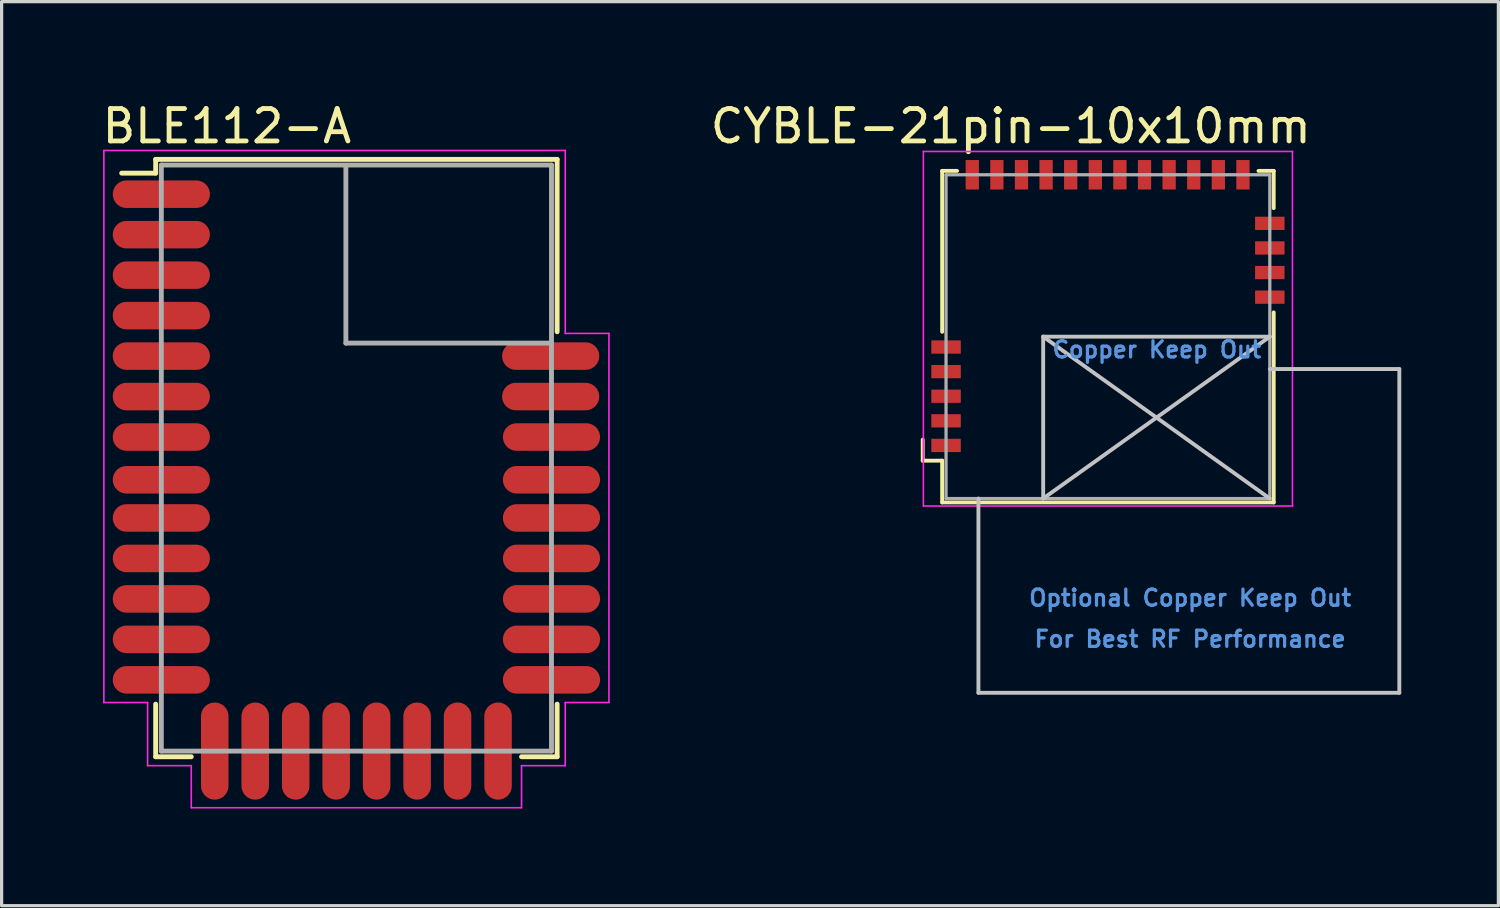
<source format=kicad_pcb>
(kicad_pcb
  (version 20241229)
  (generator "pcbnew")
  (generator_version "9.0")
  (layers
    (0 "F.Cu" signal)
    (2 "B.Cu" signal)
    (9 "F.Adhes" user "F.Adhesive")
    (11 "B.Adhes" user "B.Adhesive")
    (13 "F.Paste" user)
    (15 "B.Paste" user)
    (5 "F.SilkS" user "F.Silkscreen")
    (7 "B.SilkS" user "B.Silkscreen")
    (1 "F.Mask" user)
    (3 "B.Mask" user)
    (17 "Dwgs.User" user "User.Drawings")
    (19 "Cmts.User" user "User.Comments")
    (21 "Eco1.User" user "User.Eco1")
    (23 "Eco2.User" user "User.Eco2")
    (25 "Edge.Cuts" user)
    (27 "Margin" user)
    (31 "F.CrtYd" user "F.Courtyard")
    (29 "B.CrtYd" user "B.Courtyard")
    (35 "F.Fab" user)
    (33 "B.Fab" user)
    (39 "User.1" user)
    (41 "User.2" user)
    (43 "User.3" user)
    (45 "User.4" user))
  (footprint "BLE112-A"
    (layer "F.Cu")
    (at 7.958 11.548)
    (property "Reference" "BLE112-A" (at -4 -10.7 0) (layer "F.SilkS") (effects (font (size 1 1) (thickness 0.15))))
    (attr smd)
    (fp_line (start -6.2 -9.675) (end -6.2 -9.25) (stroke (width 0.15) (type solid)) (layer "F.SilkS"))
    (fp_line (start -6.2 -9.25) (end -7.25 -9.25) (stroke (width 0.15) (type solid)) (layer "F.SilkS"))
    (fp_line (start -6.2 8.775) (end -6.2 7.15) (stroke (width 0.15) (type solid)) (layer "F.SilkS"))
    (fp_line (start -5.1 8.775) (end -6.2 8.775) (stroke (width 0.15) (type solid)) (layer "F.SilkS"))
    (fp_line (start 5.1 8.775) (end 6.2 8.775) (stroke (width 0.15) (type solid)) (layer "F.SilkS"))
    (fp_line (start 6.2 -9.675) (end -6.2 -9.675) (stroke (width 0.15) (type solid)) (layer "F.SilkS"))
    (fp_line (start 6.2 -4.35) (end 6.2 -9.675) (stroke (width 0.15) (type solid)) (layer "F.SilkS"))
    (fp_line (start 6.2 8.775) (end 6.2 7.15) (stroke (width 0.15) (type solid)) (layer "F.SilkS"))
    (fp_line (start -7.8 -9.95) (end -7.8 7.1) (stroke (width 0.05) (type solid)) (layer "F.CrtYd"))
    (fp_line (start -7.8 7.1) (end -6.45 7.1) (stroke (width 0.05) (type solid)) (layer "F.CrtYd"))
    (fp_line (start -6.45 7.1) (end -6.45 9.05) (stroke (width 0.05) (type solid)) (layer "F.CrtYd"))
    (fp_line (start -6.45 9.05) (end -5.1 9.05) (stroke (width 0.05) (type solid)) (layer "F.CrtYd"))
    (fp_line (start -5.1 9.05) (end -5.1 10.35) (stroke (width 0.05) (type solid)) (layer "F.CrtYd"))
    (fp_line (start -5.1 10.35) (end 5.1 10.35) (stroke (width 0.05) (type solid)) (layer "F.CrtYd"))
    (fp_line (start 5.1 9.05) (end 6.45 9.05) (stroke (width 0.05) (type solid)) (layer "F.CrtYd"))
    (fp_line (start 5.1 10.35) (end 5.1 9.05) (stroke (width 0.05) (type solid)) (layer "F.CrtYd"))
    (fp_line (start 6.45 -9.95) (end -7.8 -9.95) (stroke (width 0.05) (type solid)) (layer "F.CrtYd"))
    (fp_line (start 6.45 -4.3) (end 6.45 -9.95) (stroke (width 0.05) (type solid)) (layer "F.CrtYd"))
    (fp_line (start 6.45 7.1) (end 7.8 7.1) (stroke (width 0.05) (type solid)) (layer "F.CrtYd"))
    (fp_line (start 6.45 9.05) (end 6.45 7.1) (stroke (width 0.05) (type solid)) (layer "F.CrtYd"))
    (fp_line (start 7.8 -4.3) (end 6.45 -4.3) (stroke (width 0.05) (type solid)) (layer "F.CrtYd"))
    (fp_line (start 7.8 7.1) (end 7.8 -4.3) (stroke (width 0.05) (type solid)) (layer "F.CrtYd"))
    (fp_line (start -6.025 -9.5) (end -6.025 8.6) (stroke (width 0.15) (type solid)) (layer "F.Fab"))
    (fp_line (start -6.025 8.6) (end 6.025 8.6) (stroke (width 0.15) (type solid)) (layer "F.Fab"))
    (fp_line (start -0.325 -4) (end -0.325 -9.45) (stroke (width 0.15) (type solid)) (layer "F.Fab"))
    (fp_line (start 6 -4) (end -0.325 -4) (stroke (width 0.15) (type solid)) (layer "F.Fab"))
    (fp_line (start 6.025 -9.5) (end -6.025 -9.5) (stroke (width 0.15) (type solid)) (layer "F.Fab"))
    (fp_line (start 6.025 8.6) (end 6.025 -9.5) (stroke (width 0.15) (type solid)) (layer "F.Fab"))
    (pad "1" smd oval (at -6.025 -8.6) (size 3 0.85) (layers "F.Cu" "F.Mask" "F.Paste"))
    (pad "2" smd oval (at -6.025 -7.35) (size 3 0.85) (layers "F.Cu" "F.Mask" "F.Paste"))
    (pad "3" smd oval (at -6.025 -6.1) (size 3 0.85) (layers "F.Cu" "F.Mask" "F.Paste"))
    (pad "4" smd oval (at -6.025 -4.85) (size 3 0.85) (layers "F.Cu" "F.Mask" "F.Paste"))
    (pad "5" smd oval (at -6.025 -3.6) (size 3 0.85) (layers "F.Cu" "F.Mask" "F.Paste"))
    (pad "6" smd oval (at -6.025 -2.35) (size 3 0.85) (layers "F.Cu" "F.Mask" "F.Paste"))
    (pad "7" smd oval (at -6.025 -1.1) (size 3 0.85) (layers "F.Cu" "F.Mask" "F.Paste"))
    (pad "8" smd oval (at -6.025 0.22) (size 3 0.85) (layers "F.Cu" "F.Mask" "F.Paste"))
    (pad "9" smd oval (at -6.025 1.4) (size 3 0.85) (layers "F.Cu" "F.Mask" "F.Paste"))
    (pad "10" smd oval (at -6.025 2.65) (size 3 0.85) (layers "F.Cu" "F.Mask" "F.Paste"))
    (pad "11" smd oval (at -6.025 3.9) (size 3 0.85) (layers "F.Cu" "F.Mask" "F.Paste"))
    (pad "12" smd oval (at -6.025 5.15) (size 3 0.85) (layers "F.Cu" "F.Mask" "F.Paste"))
    (pad "13" smd oval (at -6.025 6.4) (size 3 0.85) (layers "F.Cu" "F.Mask" "F.Paste"))
    (pad "14" smd oval (at -4.375 8.6 90) (size 3 0.85) (layers "F.Cu" "F.Mask" "F.Paste"))
    (pad "15" smd oval (at -3.125 8.6 90) (size 3 0.85) (layers "F.Cu" "F.Mask" "F.Paste"))
    (pad "16" smd oval (at -1.875 8.6 90) (size 3 0.85) (layers "F.Cu" "F.Mask" "F.Paste"))
    (pad "17" smd oval (at -0.625 8.6 90) (size 3 0.85) (layers "F.Cu" "F.Mask" "F.Paste"))
    (pad "18" smd oval (at 0.625 8.6 90) (size 3 0.85) (layers "F.Cu" "F.Mask" "F.Paste"))
    (pad "19" smd oval (at 1.875 8.6 90) (size 3 0.85) (layers "F.Cu" "F.Mask" "F.Paste"))
    (pad "20" smd oval (at 3.125 8.6 90) (size 3 0.85) (layers "F.Cu" "F.Mask" "F.Paste"))
    (pad "21" smd oval (at 4.375 8.6 90) (size 3 0.85) (layers "F.Cu" "F.Mask" "F.Paste"))
    (pad "22" smd oval (at 6.025 6.4) (size 3 0.85) (layers "F.Cu" "F.Mask" "F.Paste"))
    (pad "23" smd oval (at 6.025 5.15) (size 3 0.85) (layers "F.Cu" "F.Mask" "F.Paste"))
    (pad "24" smd oval (at 6.025 3.9) (size 3 0.85) (layers "F.Cu" "F.Mask" "F.Paste"))
    (pad "25" smd oval (at 6.025 2.65) (size 3 0.85) (layers "F.Cu" "F.Mask" "F.Paste"))
    (pad "26" smd oval (at 6.025 1.4) (size 3 0.85) (layers "F.Cu" "F.Mask" "F.Paste"))
    (pad "27" smd oval (at 6.025 0.22) (size 3 0.85) (layers "F.Cu" "F.Mask" "F.Paste"))
    (pad "28" smd oval (at 6.025 -1.1) (size 3 0.85) (layers "F.Cu" "F.Mask" "F.Paste"))
    (pad "29" smd oval (at 6 -2.35) (size 3 0.85) (layers "F.Cu" "F.Mask" "F.Paste"))
    (pad "30" smd oval (at 6 -3.6) (size 3 0.85) (layers "F.Cu" "F.Mask" "F.Paste")))
  (footprint "CYBLE-21pin-10x10mm"
    (layer "F.Cu")
    (at 31.17 6.528)
    (property "Reference" "CYBLE-21pin-10x10mm" (at -3 -5.68 0) (layer "F.SilkS") (effects (font (size 1 1) (thickness 0.15))))
    (attr smd)
    (fp_line (start -5.72 4.65) (end -5.72 4) (stroke (width 0.12) (type solid)) (layer "F.SilkS"))
    (fp_line (start -5.12 -4.3) (end -5.12 0.67) (stroke (width 0.12) (type solid)) (layer "F.SilkS"))
    (fp_line (start -5.12 4.65) (end -5.72 4.65) (stroke (width 0.12) (type solid)) (layer "F.SilkS"))
    (fp_line (start -5.12 4.65) (end -5.12 5.94) (stroke (width 0.12) (type solid)) (layer "F.SilkS"))
    (fp_line (start -5.12 5.94) (end 5.12 5.94) (stroke (width 0.12) (type solid)) (layer "F.SilkS"))
    (fp_line (start -4.66 -4.3) (end -5.12 -4.3) (stroke (width 0.12) (type solid)) (layer "F.SilkS"))
    (fp_line (start 5.12 -4.3) (end 4.65 -4.3) (stroke (width 0.12) (type solid)) (layer "F.SilkS"))
    (fp_line (start 5.12 -4.3) (end 5.12 -3.15) (stroke (width 0.12) (type solid)) (layer "F.SilkS"))
    (fp_line (start 5.12 5.94) (end 5.12 0.07) (stroke (width 0.12) (type solid)) (layer "F.SilkS"))
    (fp_line (start -4 11.82) (end -4 5.82) (stroke (width 0.12) (type solid)) (layer "Dwgs.User"))
    (fp_line (start -2 0.82) (end -2 5.82) (stroke (width 0.12) (type solid)) (layer "Dwgs.User"))
    (fp_line (start -2 0.82) (end 5 5.82) (stroke (width 0.12) (type solid)) (layer "Dwgs.User"))
    (fp_line (start 5 0.82) (end -2 0.82) (stroke (width 0.12) (type solid)) (layer "Dwgs.User"))
    (fp_line (start 5 0.82) (end -2 5.82) (stroke (width 0.12) (type solid)) (layer "Dwgs.User"))
    (fp_line (start 5 1.82) (end 9 1.82) (stroke (width 0.12) (type solid)) (layer "Dwgs.User"))
    (fp_line (start 9 1.82) (end 9 11.82) (stroke (width 0.12) (type solid)) (layer "Dwgs.User"))
    (fp_line (start 9 11.82) (end -4 11.82) (stroke (width 0.12) (type solid)) (layer "Dwgs.User"))
    (fp_line (start -5.7 -4.9) (end -5.7 6.05) (stroke (width 0.05) (type solid)) (layer "F.CrtYd"))
    (fp_line (start -5.7 6.05) (end 5.7 6.05) (stroke (width 0.05) (type solid)) (layer "F.CrtYd"))
    (fp_line (start 5.7 -4.9) (end -5.7 -4.9) (stroke (width 0.05) (type solid)) (layer "F.CrtYd"))
    (fp_line (start 5.7 6.05) (end 5.7 -4.9) (stroke (width 0.05) (type solid)) (layer "F.CrtYd"))
    (fp_line (start -5 -4.18) (end 5 -4.18) (stroke (width 0.1) (type solid)) (layer "F.Fab"))
    (fp_line (start -5 5.82) (end -5 -4.18) (stroke (width 0.1) (type solid)) (layer "F.Fab"))
    (fp_line (start 5 -4.18) (end 5 5.82) (stroke (width 0.1) (type solid)) (layer "F.Fab"))
    (fp_line (start 5 5.82) (end -5 5.82) (stroke (width 0.1) (type solid)) (layer "F.Fab"))
    (fp_text user "Copper Keep Out" (at 1.51 1.22 0) (layer "Cmts.User") (effects (font (size 0.5 0.5) (thickness 0.1))))
    (fp_text user "For Best RF Performance" (at 2.54 10.16 0) (layer "Cmts.User") (effects (font (size 0.5 0.5) (thickness 0.1))))
    (fp_text user "Optional Copper Keep Out" (at 2.54 8.89 0) (layer "Cmts.User") (effects (font (size 0.5 0.5) (thickness 0.1))))
    (pad "1" smd rect (at -5 4.18) (size 0.91 0.41) (layers "F.Cu" "F.Mask" "F.Paste"))
    (pad "2" smd rect (at -5 3.42) (size 0.91 0.41) (layers "F.Cu" "F.Mask" "F.Paste"))
    (pad "3" smd rect (at -5 2.66) (size 0.91 0.41) (layers "F.Cu" "F.Mask" "F.Paste"))
    (pad "4" smd rect (at -5 1.9) (size 0.91 0.41) (layers "F.Cu" "F.Mask" "F.Paste"))
    (pad "5" smd rect (at -5 1.14) (size 0.91 0.41) (layers "F.Cu" "F.Mask" "F.Paste"))
    (pad "6" smd rect (at -4.19 -4.18) (size 0.41 0.91) (layers "F.Cu" "F.Mask" "F.Paste"))
    (pad "7" smd rect (at -3.43 -4.18) (size 0.41 0.91) (layers "F.Cu" "F.Mask" "F.Paste"))
    (pad "8" smd rect (at -2.67 -4.18) (size 0.41 0.91) (layers "F.Cu" "F.Mask" "F.Paste"))
    (pad "9" smd rect (at -1.91 -4.18) (size 0.41 0.91) (layers "F.Cu" "F.Mask" "F.Paste"))
    (pad "10" smd rect (at -1.15 -4.18) (size 0.41 0.91) (layers "F.Cu" "F.Mask" "F.Paste"))
    (pad "11" smd rect (at -0.39 -4.18) (size 0.41 0.91) (layers "F.Cu" "F.Mask" "F.Paste"))
    (pad "12" smd rect (at 0.37 -4.18) (size 0.41 0.91) (layers "F.Cu" "F.Mask" "F.Paste"))
    (pad "13" smd rect (at 1.13 -4.18) (size 0.41 0.91) (layers "F.Cu" "F.Mask" "F.Paste"))
    (pad "14" smd rect (at 1.89 -4.18) (size 0.41 0.91) (layers "F.Cu" "F.Mask" "F.Paste"))
    (pad "15" smd rect (at 2.65 -4.18) (size 0.41 0.91) (layers "F.Cu" "F.Mask" "F.Paste"))
    (pad "16" smd rect (at 3.41 -4.18) (size 0.41 0.91) (layers "F.Cu" "F.Mask" "F.Paste"))
    (pad "17" smd rect (at 4.17 -4.18) (size 0.41 0.91) (layers "F.Cu" "F.Mask" "F.Paste"))
    (pad "18" smd rect (at 5 -2.68) (size 0.91 0.41) (layers "F.Cu" "F.Mask" "F.Paste"))
    (pad "19" smd rect (at 5 -1.92) (size 0.91 0.41) (layers "F.Cu" "F.Mask" "F.Paste"))
    (pad "20" smd rect (at 5 -1.16) (size 0.91 0.41) (layers "F.Cu" "F.Mask" "F.Paste"))
    (pad "21" smd rect (at 5 -0.4) (size 0.91 0.41) (layers "F.Cu" "F.Mask" "F.Paste")))
  (gr_rect
    (start -3 -3)
    (end 43.23 24.923)
    (stroke (width 0.1) (type default))
    (fill no)
    (layer "Edge.Cuts")))
</source>
